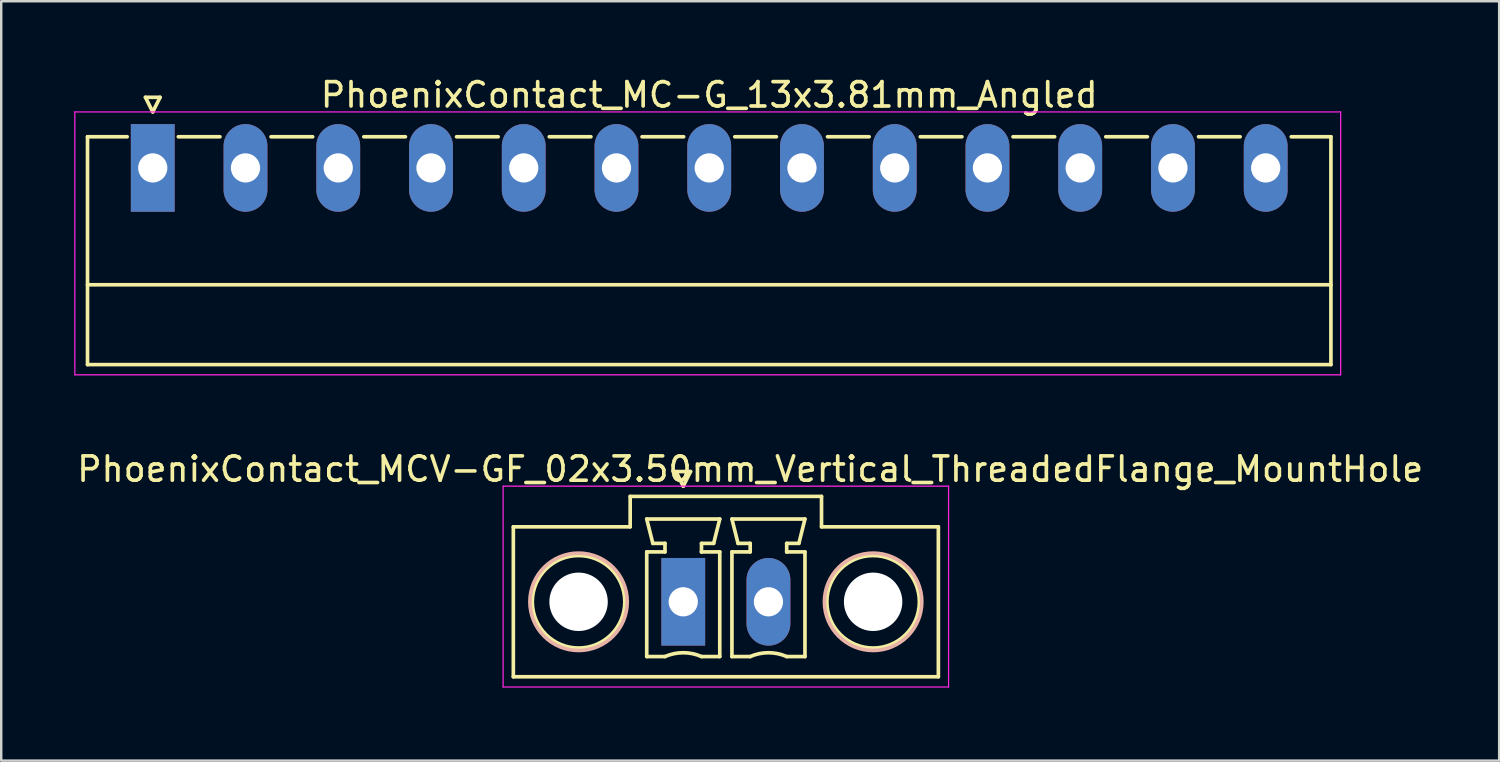
<source format=kicad_pcb>
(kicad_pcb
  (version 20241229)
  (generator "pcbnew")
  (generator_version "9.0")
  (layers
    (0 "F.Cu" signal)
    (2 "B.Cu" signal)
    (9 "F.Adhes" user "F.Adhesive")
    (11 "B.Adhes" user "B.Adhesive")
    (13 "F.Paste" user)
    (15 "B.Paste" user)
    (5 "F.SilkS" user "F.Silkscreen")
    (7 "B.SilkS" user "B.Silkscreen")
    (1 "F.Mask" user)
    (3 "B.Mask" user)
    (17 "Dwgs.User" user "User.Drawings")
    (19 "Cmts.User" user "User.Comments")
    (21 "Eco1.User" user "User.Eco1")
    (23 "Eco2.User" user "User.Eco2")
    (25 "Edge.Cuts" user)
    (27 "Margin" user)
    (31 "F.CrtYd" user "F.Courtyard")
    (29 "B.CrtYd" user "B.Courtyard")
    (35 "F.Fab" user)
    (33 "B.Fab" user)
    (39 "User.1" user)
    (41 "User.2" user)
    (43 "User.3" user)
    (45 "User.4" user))
  (footprint "PhoenixContact_MC-G_13x3.81mm_Angled"
    (layer "F.Cu")
    (at 3.225 3.848)
    (property "Reference" "PhoenixContact_MC-G_13x3.81mm_Angled" (at 22.86 -3 0) (layer "F.SilkS") (effects (font (size 1 1) (thickness 0.15))))
    (attr through_hole)
    (fp_line (start -2.68 -1.28) (end -2.68 8.08) (stroke (width 0.15) (type solid)) (layer "F.SilkS"))
    (fp_line (start -2.68 -1.28) (end -1.05 -1.28) (stroke (width 0.15) (type solid)) (layer "F.SilkS"))
    (fp_line (start -2.68 4.8) (end 48.4 4.8) (stroke (width 0.15) (type solid)) (layer "F.SilkS"))
    (fp_line (start -2.68 8.08) (end 48.4 8.08) (stroke (width 0.15) (type solid)) (layer "F.SilkS"))
    (fp_line (start -0.3 -2.9) (end 0 -2.3) (stroke (width 0.15) (type solid)) (layer "F.SilkS"))
    (fp_line (start 0 -2.3) (end 0.3 -2.9) (stroke (width 0.15) (type solid)) (layer "F.SilkS"))
    (fp_line (start 0.3 -2.9) (end -0.3 -2.9) (stroke (width 0.15) (type solid)) (layer "F.SilkS"))
    (fp_line (start 1.05 -1.28) (end 2.76 -1.28) (stroke (width 0.15) (type solid)) (layer "F.SilkS"))
    (fp_line (start 4.86 -1.28) (end 6.57 -1.28) (stroke (width 0.15) (type solid)) (layer "F.SilkS"))
    (fp_line (start 8.67 -1.28) (end 10.38 -1.28) (stroke (width 0.15) (type solid)) (layer "F.SilkS"))
    (fp_line (start 12.48 -1.28) (end 14.19 -1.28) (stroke (width 0.15) (type solid)) (layer "F.SilkS"))
    (fp_line (start 16.29 -1.28) (end 18 -1.28) (stroke (width 0.15) (type solid)) (layer "F.SilkS"))
    (fp_line (start 20.1 -1.28) (end 21.81 -1.28) (stroke (width 0.15) (type solid)) (layer "F.SilkS"))
    (fp_line (start 23.91 -1.28) (end 25.62 -1.28) (stroke (width 0.15) (type solid)) (layer "F.SilkS"))
    (fp_line (start 27.72 -1.28) (end 29.43 -1.28) (stroke (width 0.15) (type solid)) (layer "F.SilkS"))
    (fp_line (start 31.53 -1.28) (end 33.24 -1.28) (stroke (width 0.15) (type solid)) (layer "F.SilkS"))
    (fp_line (start 35.34 -1.28) (end 37.05 -1.28) (stroke (width 0.15) (type solid)) (layer "F.SilkS"))
    (fp_line (start 39.15 -1.28) (end 40.86 -1.28) (stroke (width 0.15) (type solid)) (layer "F.SilkS"))
    (fp_line (start 42.96 -1.28) (end 44.67 -1.28) (stroke (width 0.15) (type solid)) (layer "F.SilkS"))
    (fp_line (start 48.4 -1.28) (end 46.77 -1.28) (stroke (width 0.15) (type solid)) (layer "F.SilkS"))
    (fp_line (start 48.4 8.08) (end 48.4 -1.28) (stroke (width 0.15) (type solid)) (layer "F.SilkS"))
    (fp_line (start -3.2 -2.3) (end -3.2 8.5) (stroke (width 0.05) (type solid)) (layer "F.CrtYd"))
    (fp_line (start -3.2 8.5) (end 48.8 8.5) (stroke (width 0.05) (type solid)) (layer "F.CrtYd"))
    (fp_line (start 48.8 -2.3) (end -3.2 -2.3) (stroke (width 0.05) (type solid)) (layer "F.CrtYd"))
    (fp_line (start 48.8 8.5) (end 48.8 -2.3) (stroke (width 0.05) (type solid)) (layer "F.CrtYd"))
    (pad "1" thru_hole rect (at 0 0) (size 1.8 3.6) (drill 1.2) (layers "*.Cu" "*.Mask"))
    (pad "2" thru_hole oval (at 3.81 0) (size 1.8 3.6) (drill 1.2) (layers "*.Cu" "*.Mask"))
    (pad "3" thru_hole oval (at 7.62 0) (size 1.8 3.6) (drill 1.2) (layers "*.Cu" "*.Mask"))
    (pad "4" thru_hole oval (at 11.43 0) (size 1.8 3.6) (drill 1.2) (layers "*.Cu" "*.Mask"))
    (pad "5" thru_hole oval (at 15.24 0) (size 1.8 3.6) (drill 1.2) (layers "*.Cu" "*.Mask"))
    (pad "6" thru_hole oval (at 19.05 0) (size 1.8 3.6) (drill 1.2) (layers "*.Cu" "*.Mask"))
    (pad "7" thru_hole oval (at 22.86 0) (size 1.8 3.6) (drill 1.2) (layers "*.Cu" "*.Mask"))
    (pad "8" thru_hole oval (at 26.67 0) (size 1.8 3.6) (drill 1.2) (layers "*.Cu" "*.Mask"))
    (pad "9" thru_hole oval (at 30.48 0) (size 1.8 3.6) (drill 1.2) (layers "*.Cu" "*.Mask"))
    (pad "10" thru_hole oval (at 34.29 0) (size 1.8 3.6) (drill 1.2) (layers "*.Cu" "*.Mask"))
    (pad "11" thru_hole oval (at 38.1 0) (size 1.8 3.6) (drill 1.2) (layers "*.Cu" "*.Mask"))
    (pad "12" thru_hole oval (at 41.91 0) (size 1.8 3.6) (drill 1.2) (layers "*.Cu" "*.Mask"))
    (pad "13" thru_hole oval (at 45.72 0) (size 1.8 3.6) (drill 1.2) (layers "*.Cu" "*.Mask")))
  (footprint "PhoenixContact_MCV-GF_02x3.50mm_Vertical_ThreadedFlange_MountHole"
    (layer "F.Cu")
    (at 25.018 21.672)
    (property "Reference" "PhoenixContact_MCV-GF_02x3.50mm_Vertical_ThreadedFlange_MountHole" (at 2.75 -5.45 0) (layer "F.SilkS") (effects (font (size 1 1) (thickness 0.15))))
    (attr through_hole)
    (fp_line (start -6.98 -3.08) (end -6.98 3.08) (stroke (width 0.15) (type solid)) (layer "F.SilkS"))
    (fp_line (start -6.98 3.08) (end 10.48 3.08) (stroke (width 0.15) (type solid)) (layer "F.SilkS"))
    (fp_line (start -2.18 -4.33) (end -2.18 -3.08) (stroke (width 0.15) (type solid)) (layer "F.SilkS"))
    (fp_line (start -2.18 -3.08) (end -6.98 -3.08) (stroke (width 0.15) (type solid)) (layer "F.SilkS"))
    (fp_line (start -1.5 -3.4) (end 1.5 -3.4) (stroke (width 0.15) (type solid)) (layer "F.SilkS"))
    (fp_line (start -1.5 -2.05) (end -0.75 -2.05) (stroke (width 0.15) (type solid)) (layer "F.SilkS"))
    (fp_line (start -1.5 2.25) (end -1.5 -2.05) (stroke (width 0.15) (type solid)) (layer "F.SilkS"))
    (fp_line (start -1.25 -2.4) (end -1.5 -3.4) (stroke (width 0.15) (type solid)) (layer "F.SilkS"))
    (fp_line (start -0.75 -2.4) (end -1.25 -2.4) (stroke (width 0.15) (type solid)) (layer "F.SilkS"))
    (fp_line (start -0.75 -2.05) (end -0.75 -2.4) (stroke (width 0.15) (type solid)) (layer "F.SilkS"))
    (fp_line (start -0.75 2.25) (end -1.5 2.25) (stroke (width 0.15) (type solid)) (layer "F.SilkS"))
    (fp_line (start -0.3 -5.35) (end 0 -4.75) (stroke (width 0.15) (type solid)) (layer "F.SilkS"))
    (fp_line (start 0 -4.75) (end 0.3 -5.35) (stroke (width 0.15) (type solid)) (layer "F.SilkS"))
    (fp_line (start 0.3 -5.35) (end -0.3 -5.35) (stroke (width 0.15) (type solid)) (layer "F.SilkS"))
    (fp_line (start 0.75 -2.4) (end 0.75 -2.05) (stroke (width 0.15) (type solid)) (layer "F.SilkS"))
    (fp_line (start 0.75 -2.05) (end 0.75 -2.05) (stroke (width 0.15) (type solid)) (layer "F.SilkS"))
    (fp_line (start 0.75 -2.05) (end 1.5 -2.05) (stroke (width 0.15) (type solid)) (layer "F.SilkS"))
    (fp_line (start 1.25 -2.4) (end 0.75 -2.4) (stroke (width 0.15) (type solid)) (layer "F.SilkS"))
    (fp_line (start 1.5 -3.4) (end 1.25 -2.4) (stroke (width 0.15) (type solid)) (layer "F.SilkS"))
    (fp_line (start 1.5 -2.05) (end 1.5 2.25) (stroke (width 0.15) (type solid)) (layer "F.SilkS"))
    (fp_line (start 1.5 2.25) (end 0.75 2.25) (stroke (width 0.15) (type solid)) (layer "F.SilkS"))
    (fp_line (start 2 -3.4) (end 5 -3.4) (stroke (width 0.15) (type solid)) (layer "F.SilkS"))
    (fp_line (start 2 -2.05) (end 2.75 -2.05) (stroke (width 0.15) (type solid)) (layer "F.SilkS"))
    (fp_line (start 2 2.25) (end 2 -2.05) (stroke (width 0.15) (type solid)) (layer "F.SilkS"))
    (fp_line (start 2.25 -2.4) (end 2 -3.4) (stroke (width 0.15) (type solid)) (layer "F.SilkS"))
    (fp_line (start 2.75 -2.4) (end 2.25 -2.4) (stroke (width 0.15) (type solid)) (layer "F.SilkS"))
    (fp_line (start 2.75 -2.05) (end 2.75 -2.4) (stroke (width 0.15) (type solid)) (layer "F.SilkS"))
    (fp_line (start 2.75 2.25) (end 2 2.25) (stroke (width 0.15) (type solid)) (layer "F.SilkS"))
    (fp_line (start 4.25 -2.4) (end 4.25 -2.05) (stroke (width 0.15) (type solid)) (layer "F.SilkS"))
    (fp_line (start 4.25 -2.05) (end 4.25 -2.05) (stroke (width 0.15) (type solid)) (layer "F.SilkS"))
    (fp_line (start 4.25 -2.05) (end 5 -2.05) (stroke (width 0.15) (type solid)) (layer "F.SilkS"))
    (fp_line (start 4.75 -2.4) (end 4.25 -2.4) (stroke (width 0.15) (type solid)) (layer "F.SilkS"))
    (fp_line (start 5 -3.4) (end 4.75 -2.4) (stroke (width 0.15) (type solid)) (layer "F.SilkS"))
    (fp_line (start 5 -2.05) (end 5 2.25) (stroke (width 0.15) (type solid)) (layer "F.SilkS"))
    (fp_line (start 5 2.25) (end 4.25 2.25) (stroke (width 0.15) (type solid)) (layer "F.SilkS"))
    (fp_line (start 5.68 -4.33) (end -2.18 -4.33) (stroke (width 0.15) (type solid)) (layer "F.SilkS"))
    (fp_line (start 5.68 -3.08) (end 5.68 -4.33) (stroke (width 0.15) (type solid)) (layer "F.SilkS"))
    (fp_line (start 10.48 -3.08) (end 5.68 -3.08) (stroke (width 0.15) (type solid)) (layer "F.SilkS"))
    (fp_line (start 10.48 3.08) (end 10.48 -3.08) (stroke (width 0.15) (type solid)) (layer "F.SilkS"))
    (fp_arc (start -0.75 2.25) (mid -0.000193 2.09191) (end 0.749647 2.249844) (stroke (width 0.15) (type solid)) (layer "F.SilkS"))
    (fp_arc (start 2.75 2.25) (mid 3.499807 2.09191) (end 4.249647 2.249844) (stroke (width 0.15) (type solid)) (layer "F.SilkS"))
    (fp_circle (center -4.3 0) (end -2.4 0) (stroke (width 0.15) (type solid)) (fill no) (layer "F.SilkS"))
    (fp_circle (center 7.8 0) (end 9.7 0) (stroke (width 0.15) (type solid)) (fill no) (layer "F.SilkS"))
    (fp_circle (center -4.3 0) (end -2.3 0) (stroke (width 0.15) (type solid)) (fill no) (layer "B.SilkS"))
    (fp_circle (center 7.8 0) (end 9.8 0) (stroke (width 0.15) (type solid)) (fill no) (layer "B.SilkS"))
    (fp_line (start -7.4 -4.75) (end -7.4 3.5) (stroke (width 0.05) (type solid)) (layer "F.CrtYd"))
    (fp_line (start -7.4 3.5) (end 10.9 3.5) (stroke (width 0.05) (type solid)) (layer "F.CrtYd"))
    (fp_line (start 10.9 -4.75) (end -7.4 -4.75) (stroke (width 0.05) (type solid)) (layer "F.CrtYd"))
    (fp_line (start 10.9 3.5) (end 10.9 -4.75) (stroke (width 0.05) (type solid)) (layer "F.CrtYd"))
    (pad "" np_thru_hole circle (at -4.3 0) (size 2.4 2.4) (drill 2.4) (layers "*.Cu" "*.Mask"))
    (pad "" np_thru_hole circle (at 7.8 0) (size 2.4 2.4) (drill 2.4) (layers "*.Cu" "*.Mask"))
    (pad "1" thru_hole rect (at 0 0) (size 1.8 3.6) (drill 1.2) (layers "*.Cu" "*.Mask"))
    (pad "2" thru_hole oval (at 3.5 0) (size 1.8 3.6) (drill 1.2) (layers "*.Cu" "*.Mask")))
  (gr_rect
    (start -3 -3)
    (end 58.536 28.197)
    (stroke (width 0.1) (type default))
    (fill no)
    (layer "Edge.Cuts")))
</source>
